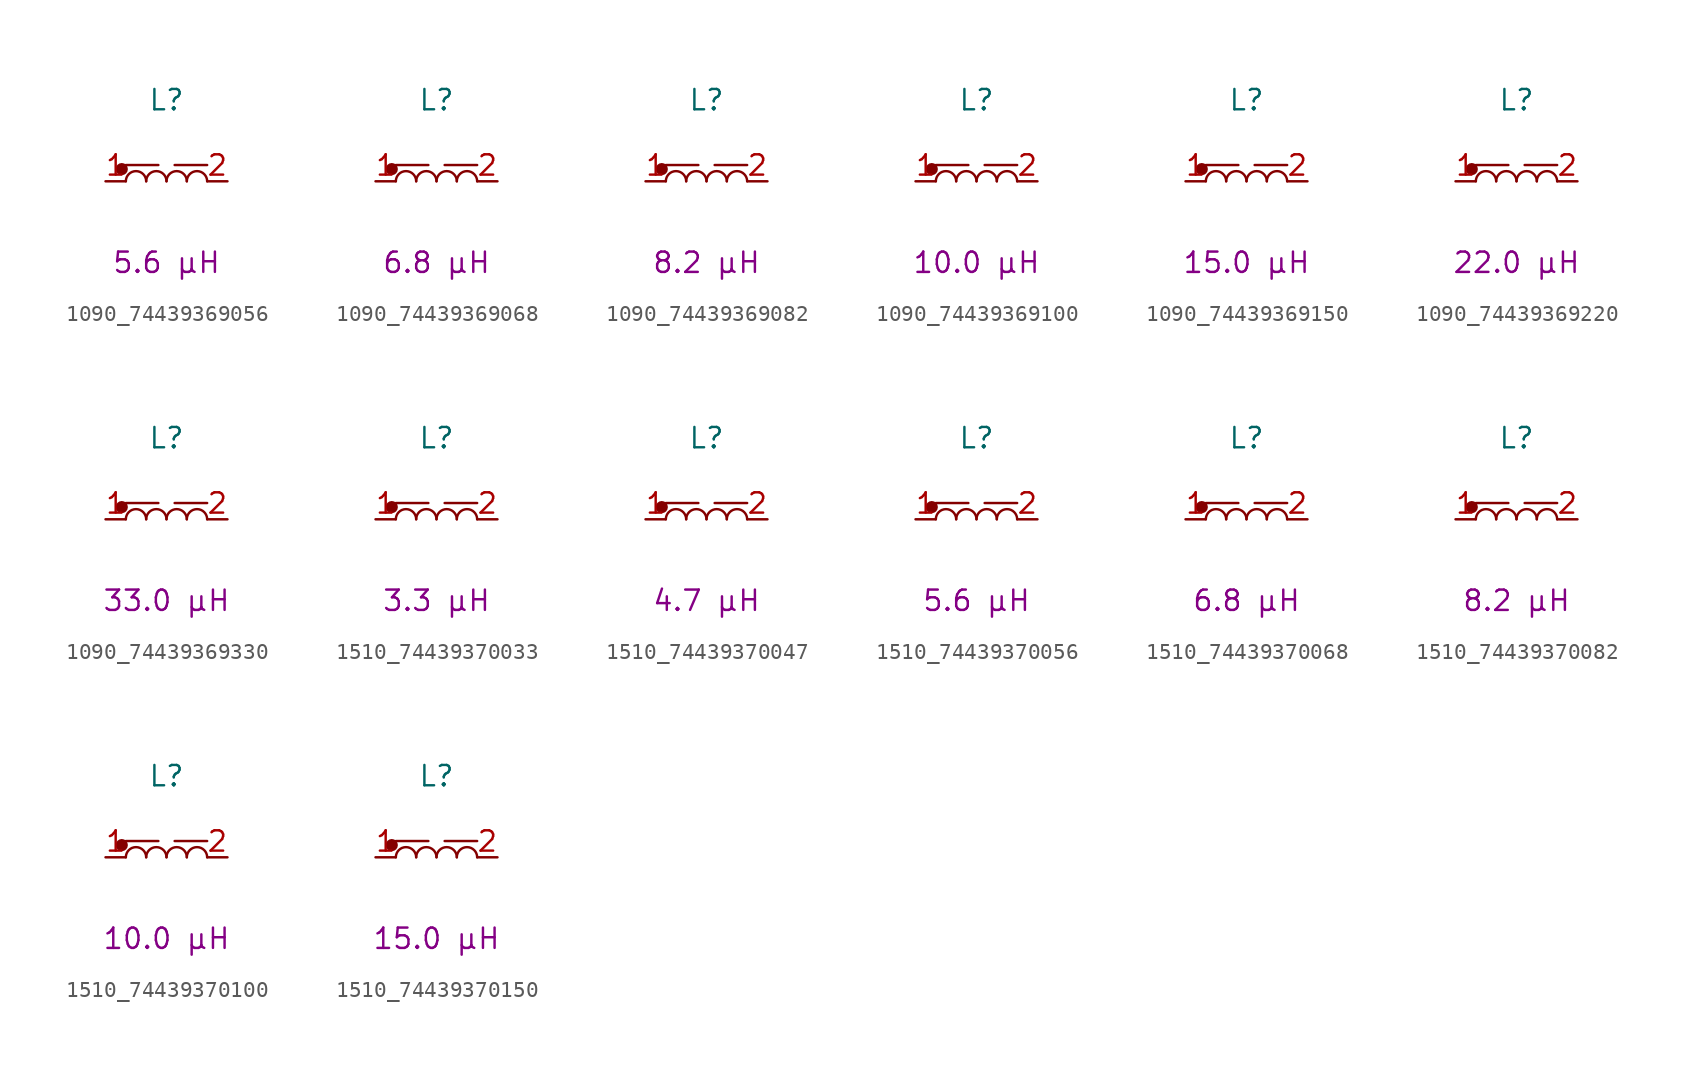
<source format=kicad_sym>
(kicad_symbol_lib
  (version 20220914)
  (generator kicad_symbol_editor)
  (symbol "1090_74439369056"
    (pin_names hide)
    (property "Reference" "L"
      (at 0 5.08 0)
      (effects (font (size 1.27 1.27))))
    (property "Critical Parameter" "5.6 µH"
      (at 0 -5.08 0)
      (effects (font (size 1.27 1.27))))
    (symbol "1090_74439369056_0_1"
      (arc (start -1.27 0) (mid -1.905 0.6323) (end -2.54 0) (stroke (width 0) (type default)) (fill (type none)))
      (arc (start 0 0) (mid -0.635 0.6323) (end -1.27 0) (stroke (width 0) (type default)) (fill (type none)))
      (polyline (pts (xy -2.54 1.016) (xy -0.508 1.016)) (stroke (width 0) (type default)) (fill (type none)))
      (arc (start 1.27 0) (mid 0.635 0.6323) (end 0 0) (stroke (width 0) (type default)) (fill (type none)))
      (arc (start 2.54 0) (mid 1.905 0.6323) (end 1.27 0) (stroke (width 0) (type default)) (fill (type none))))
    (symbol "1090_74439369056_1_1"
      (circle (center -2.794 0.762) (radius 0.0001) (stroke (width 0.381) (type default)) (fill (type none)))
      (polyline (pts (xy 2.54 1.016) (xy 0.508 1.016)) (stroke (width 0) (type default)) (fill (type none)))
      (pin passive line (at -3.81 0 0) (length 1.27) (name "1" (effects (font (size 1.27 1.27)))) (number "1" (effects (font (size 1.27 1.27)))))
      (pin passive line (at 3.81 0 180) (length 1.27) (name "2" (effects (font (size 1.27 1.27)))) (number "2" (effects (font (size 1.27 1.27)))))))
  (symbol "1090_74439369068"
    (pin_names hide)
    (property "Reference" "L"
      (at 0 5.08 0)
      (effects (font (size 1.27 1.27))))
    (property "Critical Parameter" "6.8 µH"
      (at 0 -5.08 0)
      (effects (font (size 1.27 1.27))))
    (symbol "1090_74439369068_0_1"
      (arc (start -1.27 0) (mid -1.905 0.6323) (end -2.54 0) (stroke (width 0) (type default)) (fill (type none)))
      (arc (start 0 0) (mid -0.635 0.6323) (end -1.27 0) (stroke (width 0) (type default)) (fill (type none)))
      (polyline (pts (xy -2.54 1.016) (xy -0.508 1.016)) (stroke (width 0) (type default)) (fill (type none)))
      (arc (start 1.27 0) (mid 0.635 0.6323) (end 0 0) (stroke (width 0) (type default)) (fill (type none)))
      (arc (start 2.54 0) (mid 1.905 0.6323) (end 1.27 0) (stroke (width 0) (type default)) (fill (type none))))
    (symbol "1090_74439369068_1_1"
      (circle (center -2.794 0.762) (radius 0.0001) (stroke (width 0.381) (type default)) (fill (type none)))
      (polyline (pts (xy 2.54 1.016) (xy 0.508 1.016)) (stroke (width 0) (type default)) (fill (type none)))
      (pin passive line (at -3.81 0 0) (length 1.27) (name "1" (effects (font (size 1.27 1.27)))) (number "1" (effects (font (size 1.27 1.27)))))
      (pin passive line (at 3.81 0 180) (length 1.27) (name "2" (effects (font (size 1.27 1.27)))) (number "2" (effects (font (size 1.27 1.27)))))))
  (symbol "1090_74439369082"
    (pin_names hide)
    (property "Reference" "L"
      (at 0 5.08 0)
      (effects (font (size 1.27 1.27))))
    (property "Critical Parameter" "8.2 µH"
      (at 0 -5.08 0)
      (effects (font (size 1.27 1.27))))
    (symbol "1090_74439369082_0_1"
      (arc (start -1.27 0) (mid -1.905 0.6323) (end -2.54 0) (stroke (width 0) (type default)) (fill (type none)))
      (arc (start 0 0) (mid -0.635 0.6323) (end -1.27 0) (stroke (width 0) (type default)) (fill (type none)))
      (polyline (pts (xy -2.54 1.016) (xy -0.508 1.016)) (stroke (width 0) (type default)) (fill (type none)))
      (arc (start 1.27 0) (mid 0.635 0.6323) (end 0 0) (stroke (width 0) (type default)) (fill (type none)))
      (arc (start 2.54 0) (mid 1.905 0.6323) (end 1.27 0) (stroke (width 0) (type default)) (fill (type none))))
    (symbol "1090_74439369082_1_1"
      (circle (center -2.794 0.762) (radius 0.0001) (stroke (width 0.381) (type default)) (fill (type none)))
      (polyline (pts (xy 2.54 1.016) (xy 0.508 1.016)) (stroke (width 0) (type default)) (fill (type none)))
      (pin passive line (at -3.81 0 0) (length 1.27) (name "1" (effects (font (size 1.27 1.27)))) (number "1" (effects (font (size 1.27 1.27)))))
      (pin passive line (at 3.81 0 180) (length 1.27) (name "2" (effects (font (size 1.27 1.27)))) (number "2" (effects (font (size 1.27 1.27)))))))
  (symbol "1090_74439369100"
    (pin_names hide)
    (property "Reference" "L"
      (at 0 5.08 0)
      (effects (font (size 1.27 1.27))))
    (property "Critical Parameter" "10.0 µH"
      (at 0 -5.08 0)
      (effects (font (size 1.27 1.27))))
    (symbol "1090_74439369100_0_1"
      (arc (start -1.27 0) (mid -1.905 0.6323) (end -2.54 0) (stroke (width 0) (type default)) (fill (type none)))
      (arc (start 0 0) (mid -0.635 0.6323) (end -1.27 0) (stroke (width 0) (type default)) (fill (type none)))
      (polyline (pts (xy -2.54 1.016) (xy -0.508 1.016)) (stroke (width 0) (type default)) (fill (type none)))
      (arc (start 1.27 0) (mid 0.635 0.6323) (end 0 0) (stroke (width 0) (type default)) (fill (type none)))
      (arc (start 2.54 0) (mid 1.905 0.6323) (end 1.27 0) (stroke (width 0) (type default)) (fill (type none))))
    (symbol "1090_74439369100_1_1"
      (circle (center -2.794 0.762) (radius 0.0001) (stroke (width 0.381) (type default)) (fill (type none)))
      (polyline (pts (xy 2.54 1.016) (xy 0.508 1.016)) (stroke (width 0) (type default)) (fill (type none)))
      (pin passive line (at -3.81 0 0) (length 1.27) (name "1" (effects (font (size 1.27 1.27)))) (number "1" (effects (font (size 1.27 1.27)))))
      (pin passive line (at 3.81 0 180) (length 1.27) (name "2" (effects (font (size 1.27 1.27)))) (number "2" (effects (font (size 1.27 1.27)))))))
  (symbol "1090_74439369150"
    (pin_names hide)
    (property "Reference" "L"
      (at 0 5.08 0)
      (effects (font (size 1.27 1.27))))
    (property "Critical Parameter" "15.0 µH"
      (at 0 -5.08 0)
      (effects (font (size 1.27 1.27))))
    (symbol "1090_74439369150_0_1"
      (arc (start -1.27 0) (mid -1.905 0.6323) (end -2.54 0) (stroke (width 0) (type default)) (fill (type none)))
      (arc (start 0 0) (mid -0.635 0.6323) (end -1.27 0) (stroke (width 0) (type default)) (fill (type none)))
      (polyline (pts (xy -2.54 1.016) (xy -0.508 1.016)) (stroke (width 0) (type default)) (fill (type none)))
      (arc (start 1.27 0) (mid 0.635 0.6323) (end 0 0) (stroke (width 0) (type default)) (fill (type none)))
      (arc (start 2.54 0) (mid 1.905 0.6323) (end 1.27 0) (stroke (width 0) (type default)) (fill (type none))))
    (symbol "1090_74439369150_1_1"
      (circle (center -2.794 0.762) (radius 0.0001) (stroke (width 0.381) (type default)) (fill (type none)))
      (polyline (pts (xy 2.54 1.016) (xy 0.508 1.016)) (stroke (width 0) (type default)) (fill (type none)))
      (pin passive line (at -3.81 0 0) (length 1.27) (name "1" (effects (font (size 1.27 1.27)))) (number "1" (effects (font (size 1.27 1.27)))))
      (pin passive line (at 3.81 0 180) (length 1.27) (name "2" (effects (font (size 1.27 1.27)))) (number "2" (effects (font (size 1.27 1.27)))))))
  (symbol "1090_74439369220"
    (pin_names hide)
    (property "Reference" "L"
      (at 0 5.08 0)
      (effects (font (size 1.27 1.27))))
    (property "Critical Parameter" "22.0 µH"
      (at 0 -5.08 0)
      (effects (font (size 1.27 1.27))))
    (symbol "1090_74439369220_0_1"
      (arc (start -1.27 0) (mid -1.905 0.6323) (end -2.54 0) (stroke (width 0) (type default)) (fill (type none)))
      (arc (start 0 0) (mid -0.635 0.6323) (end -1.27 0) (stroke (width 0) (type default)) (fill (type none)))
      (polyline (pts (xy -2.54 1.016) (xy -0.508 1.016)) (stroke (width 0) (type default)) (fill (type none)))
      (arc (start 1.27 0) (mid 0.635 0.6323) (end 0 0) (stroke (width 0) (type default)) (fill (type none)))
      (arc (start 2.54 0) (mid 1.905 0.6323) (end 1.27 0) (stroke (width 0) (type default)) (fill (type none))))
    (symbol "1090_74439369220_1_1"
      (circle (center -2.794 0.762) (radius 0.0001) (stroke (width 0.381) (type default)) (fill (type none)))
      (polyline (pts (xy 2.54 1.016) (xy 0.508 1.016)) (stroke (width 0) (type default)) (fill (type none)))
      (pin passive line (at -3.81 0 0) (length 1.27) (name "1" (effects (font (size 1.27 1.27)))) (number "1" (effects (font (size 1.27 1.27)))))
      (pin passive line (at 3.81 0 180) (length 1.27) (name "2" (effects (font (size 1.27 1.27)))) (number "2" (effects (font (size 1.27 1.27)))))))
  (symbol "1090_74439369330"
    (pin_names hide)
    (property "Reference" "L"
      (at 0 5.08 0)
      (effects (font (size 1.27 1.27))))
    (property "Critical Parameter" "33.0 µH"
      (at 0 -5.08 0)
      (effects (font (size 1.27 1.27))))
    (symbol "1090_74439369330_0_1"
      (arc (start -1.27 0) (mid -1.905 0.6323) (end -2.54 0) (stroke (width 0) (type default)) (fill (type none)))
      (arc (start 0 0) (mid -0.635 0.6323) (end -1.27 0) (stroke (width 0) (type default)) (fill (type none)))
      (polyline (pts (xy -2.54 1.016) (xy -0.508 1.016)) (stroke (width 0) (type default)) (fill (type none)))
      (arc (start 1.27 0) (mid 0.635 0.6323) (end 0 0) (stroke (width 0) (type default)) (fill (type none)))
      (arc (start 2.54 0) (mid 1.905 0.6323) (end 1.27 0) (stroke (width 0) (type default)) (fill (type none))))
    (symbol "1090_74439369330_1_1"
      (circle (center -2.794 0.762) (radius 0.0001) (stroke (width 0.381) (type default)) (fill (type none)))
      (polyline (pts (xy 2.54 1.016) (xy 0.508 1.016)) (stroke (width 0) (type default)) (fill (type none)))
      (pin passive line (at -3.81 0 0) (length 1.27) (name "1" (effects (font (size 1.27 1.27)))) (number "1" (effects (font (size 1.27 1.27)))))
      (pin passive line (at 3.81 0 180) (length 1.27) (name "2" (effects (font (size 1.27 1.27)))) (number "2" (effects (font (size 1.27 1.27)))))))
  (symbol "1510_74439370033"
    (pin_names hide)
    (property "Reference" "L"
      (at 0 5.08 0)
      (effects (font (size 1.27 1.27))))
    (property "Critical Parameter" "3.3 µH"
      (at 0 -5.08 0)
      (effects (font (size 1.27 1.27))))
    (symbol "1510_74439370033_0_1"
      (arc (start -1.27 0) (mid -1.905 0.6323) (end -2.54 0) (stroke (width 0) (type default)) (fill (type none)))
      (arc (start 0 0) (mid -0.635 0.6323) (end -1.27 0) (stroke (width 0) (type default)) (fill (type none)))
      (polyline (pts (xy -2.54 1.016) (xy -0.508 1.016)) (stroke (width 0) (type default)) (fill (type none)))
      (arc (start 1.27 0) (mid 0.635 0.6323) (end 0 0) (stroke (width 0) (type default)) (fill (type none)))
      (arc (start 2.54 0) (mid 1.905 0.6323) (end 1.27 0) (stroke (width 0) (type default)) (fill (type none))))
    (symbol "1510_74439370033_1_1"
      (circle (center -2.794 0.762) (radius 0.0001) (stroke (width 0.381) (type default)) (fill (type none)))
      (polyline (pts (xy 2.54 1.016) (xy 0.508 1.016)) (stroke (width 0) (type default)) (fill (type none)))
      (pin passive line (at -3.81 0 0) (length 1.27) (name "1" (effects (font (size 1.27 1.27)))) (number "1" (effects (font (size 1.27 1.27)))))
      (pin passive line (at 3.81 0 180) (length 1.27) (name "2" (effects (font (size 1.27 1.27)))) (number "2" (effects (font (size 1.27 1.27)))))))
  (symbol "1510_74439370047"
    (pin_names hide)
    (property "Reference" "L"
      (at 0 5.08 0)
      (effects (font (size 1.27 1.27))))
    (property "Critical Parameter" "4.7 µH"
      (at 0 -5.08 0)
      (effects (font (size 1.27 1.27))))
    (symbol "1510_74439370047_0_1"
      (arc (start -1.27 0) (mid -1.905 0.6323) (end -2.54 0) (stroke (width 0) (type default)) (fill (type none)))
      (arc (start 0 0) (mid -0.635 0.6323) (end -1.27 0) (stroke (width 0) (type default)) (fill (type none)))
      (polyline (pts (xy -2.54 1.016) (xy -0.508 1.016)) (stroke (width 0) (type default)) (fill (type none)))
      (arc (start 1.27 0) (mid 0.635 0.6323) (end 0 0) (stroke (width 0) (type default)) (fill (type none)))
      (arc (start 2.54 0) (mid 1.905 0.6323) (end 1.27 0) (stroke (width 0) (type default)) (fill (type none))))
    (symbol "1510_74439370047_1_1"
      (circle (center -2.794 0.762) (radius 0.0001) (stroke (width 0.381) (type default)) (fill (type none)))
      (polyline (pts (xy 2.54 1.016) (xy 0.508 1.016)) (stroke (width 0) (type default)) (fill (type none)))
      (pin passive line (at -3.81 0 0) (length 1.27) (name "1" (effects (font (size 1.27 1.27)))) (number "1" (effects (font (size 1.27 1.27)))))
      (pin passive line (at 3.81 0 180) (length 1.27) (name "2" (effects (font (size 1.27 1.27)))) (number "2" (effects (font (size 1.27 1.27)))))))
  (symbol "1510_74439370056"
    (pin_names hide)
    (property "Reference" "L"
      (at 0 5.08 0)
      (effects (font (size 1.27 1.27))))
    (property "Critical Parameter" "5.6 µH"
      (at 0 -5.08 0)
      (effects (font (size 1.27 1.27))))
    (symbol "1510_74439370056_0_1"
      (arc (start -1.27 0) (mid -1.905 0.6323) (end -2.54 0) (stroke (width 0) (type default)) (fill (type none)))
      (arc (start 0 0) (mid -0.635 0.6323) (end -1.27 0) (stroke (width 0) (type default)) (fill (type none)))
      (polyline (pts (xy -2.54 1.016) (xy -0.508 1.016)) (stroke (width 0) (type default)) (fill (type none)))
      (arc (start 1.27 0) (mid 0.635 0.6323) (end 0 0) (stroke (width 0) (type default)) (fill (type none)))
      (arc (start 2.54 0) (mid 1.905 0.6323) (end 1.27 0) (stroke (width 0) (type default)) (fill (type none))))
    (symbol "1510_74439370056_1_1"
      (circle (center -2.794 0.762) (radius 0.0001) (stroke (width 0.381) (type default)) (fill (type none)))
      (polyline (pts (xy 2.54 1.016) (xy 0.508 1.016)) (stroke (width 0) (type default)) (fill (type none)))
      (pin passive line (at -3.81 0 0) (length 1.27) (name "1" (effects (font (size 1.27 1.27)))) (number "1" (effects (font (size 1.27 1.27)))))
      (pin passive line (at 3.81 0 180) (length 1.27) (name "2" (effects (font (size 1.27 1.27)))) (number "2" (effects (font (size 1.27 1.27)))))))
  (symbol "1510_74439370068"
    (pin_names hide)
    (property "Reference" "L"
      (at 0 5.08 0)
      (effects (font (size 1.27 1.27))))
    (property "Critical Parameter" "6.8 µH"
      (at 0 -5.08 0)
      (effects (font (size 1.27 1.27))))
    (symbol "1510_74439370068_0_1"
      (arc (start -1.27 0) (mid -1.905 0.6323) (end -2.54 0) (stroke (width 0) (type default)) (fill (type none)))
      (arc (start 0 0) (mid -0.635 0.6323) (end -1.27 0) (stroke (width 0) (type default)) (fill (type none)))
      (polyline (pts (xy -2.54 1.016) (xy -0.508 1.016)) (stroke (width 0) (type default)) (fill (type none)))
      (arc (start 1.27 0) (mid 0.635 0.6323) (end 0 0) (stroke (width 0) (type default)) (fill (type none)))
      (arc (start 2.54 0) (mid 1.905 0.6323) (end 1.27 0) (stroke (width 0) (type default)) (fill (type none))))
    (symbol "1510_74439370068_1_1"
      (circle (center -2.794 0.762) (radius 0.0001) (stroke (width 0.381) (type default)) (fill (type none)))
      (polyline (pts (xy 2.54 1.016) (xy 0.508 1.016)) (stroke (width 0) (type default)) (fill (type none)))
      (pin passive line (at -3.81 0 0) (length 1.27) (name "1" (effects (font (size 1.27 1.27)))) (number "1" (effects (font (size 1.27 1.27)))))
      (pin passive line (at 3.81 0 180) (length 1.27) (name "2" (effects (font (size 1.27 1.27)))) (number "2" (effects (font (size 1.27 1.27)))))))
  (symbol "1510_74439370082"
    (pin_names hide)
    (property "Reference" "L"
      (at 0 5.08 0)
      (effects (font (size 1.27 1.27))))
    (property "Critical Parameter" "8.2 µH"
      (at 0 -5.08 0)
      (effects (font (size 1.27 1.27))))
    (symbol "1510_74439370082_0_1"
      (arc (start -1.27 0) (mid -1.905 0.6323) (end -2.54 0) (stroke (width 0) (type default)) (fill (type none)))
      (arc (start 0 0) (mid -0.635 0.6323) (end -1.27 0) (stroke (width 0) (type default)) (fill (type none)))
      (polyline (pts (xy -2.54 1.016) (xy -0.508 1.016)) (stroke (width 0) (type default)) (fill (type none)))
      (arc (start 1.27 0) (mid 0.635 0.6323) (end 0 0) (stroke (width 0) (type default)) (fill (type none)))
      (arc (start 2.54 0) (mid 1.905 0.6323) (end 1.27 0) (stroke (width 0) (type default)) (fill (type none))))
    (symbol "1510_74439370082_1_1"
      (circle (center -2.794 0.762) (radius 0.0001) (stroke (width 0.381) (type default)) (fill (type none)))
      (polyline (pts (xy 2.54 1.016) (xy 0.508 1.016)) (stroke (width 0) (type default)) (fill (type none)))
      (pin passive line (at -3.81 0 0) (length 1.27) (name "1" (effects (font (size 1.27 1.27)))) (number "1" (effects (font (size 1.27 1.27)))))
      (pin passive line (at 3.81 0 180) (length 1.27) (name "2" (effects (font (size 1.27 1.27)))) (number "2" (effects (font (size 1.27 1.27)))))))
  (symbol "1510_74439370100"
    (pin_names hide)
    (property "Reference" "L"
      (at 0 5.08 0)
      (effects (font (size 1.27 1.27))))
    (property "Critical Parameter" "10.0 µH"
      (at 0 -5.08 0)
      (effects (font (size 1.27 1.27))))
    (symbol "1510_74439370100_0_1"
      (arc (start -1.27 0) (mid -1.905 0.6323) (end -2.54 0) (stroke (width 0) (type default)) (fill (type none)))
      (arc (start 0 0) (mid -0.635 0.6323) (end -1.27 0) (stroke (width 0) (type default)) (fill (type none)))
      (polyline (pts (xy -2.54 1.016) (xy -0.508 1.016)) (stroke (width 0) (type default)) (fill (type none)))
      (arc (start 1.27 0) (mid 0.635 0.6323) (end 0 0) (stroke (width 0) (type default)) (fill (type none)))
      (arc (start 2.54 0) (mid 1.905 0.6323) (end 1.27 0) (stroke (width 0) (type default)) (fill (type none))))
    (symbol "1510_74439370100_1_1"
      (circle (center -2.794 0.762) (radius 0.0001) (stroke (width 0.381) (type default)) (fill (type none)))
      (polyline (pts (xy 2.54 1.016) (xy 0.508 1.016)) (stroke (width 0) (type default)) (fill (type none)))
      (pin passive line (at -3.81 0 0) (length 1.27) (name "1" (effects (font (size 1.27 1.27)))) (number "1" (effects (font (size 1.27 1.27)))))
      (pin passive line (at 3.81 0 180) (length 1.27) (name "2" (effects (font (size 1.27 1.27)))) (number "2" (effects (font (size 1.27 1.27)))))))
  (symbol "1510_74439370150"
    (pin_names hide)
    (property "Reference" "L"
      (at 0 5.08 0)
      (effects (font (size 1.27 1.27))))
    (property "Critical Parameter" "15.0 µH"
      (at 0 -5.08 0)
      (effects (font (size 1.27 1.27))))
    (symbol "1510_74439370150_0_1"
      (arc (start -1.27 0) (mid -1.905 0.6323) (end -2.54 0) (stroke (width 0) (type default)) (fill (type none)))
      (arc (start 0 0) (mid -0.635 0.6323) (end -1.27 0) (stroke (width 0) (type default)) (fill (type none)))
      (polyline (pts (xy -2.54 1.016) (xy -0.508 1.016)) (stroke (width 0) (type default)) (fill (type none)))
      (arc (start 1.27 0) (mid 0.635 0.6323) (end 0 0) (stroke (width 0) (type default)) (fill (type none)))
      (arc (start 2.54 0) (mid 1.905 0.6323) (end 1.27 0) (stroke (width 0) (type default)) (fill (type none))))
    (symbol "1510_74439370150_1_1"
      (circle (center -2.794 0.762) (radius 0.0001) (stroke (width 0.381) (type default)) (fill (type none)))
      (polyline (pts (xy 2.54 1.016) (xy 0.508 1.016)) (stroke (width 0) (type default)) (fill (type none)))
      (pin passive line (at -3.81 0 0) (length 1.27) (name "1" (effects (font (size 1.27 1.27)))) (number "1" (effects (font (size 1.27 1.27)))))
      (pin passive line (at 3.81 0 180) (length 1.27) (name "2" (effects (font (size 1.27 1.27)))) (number "2" (effects (font (size 1.27 1.27))))))))
</source>
